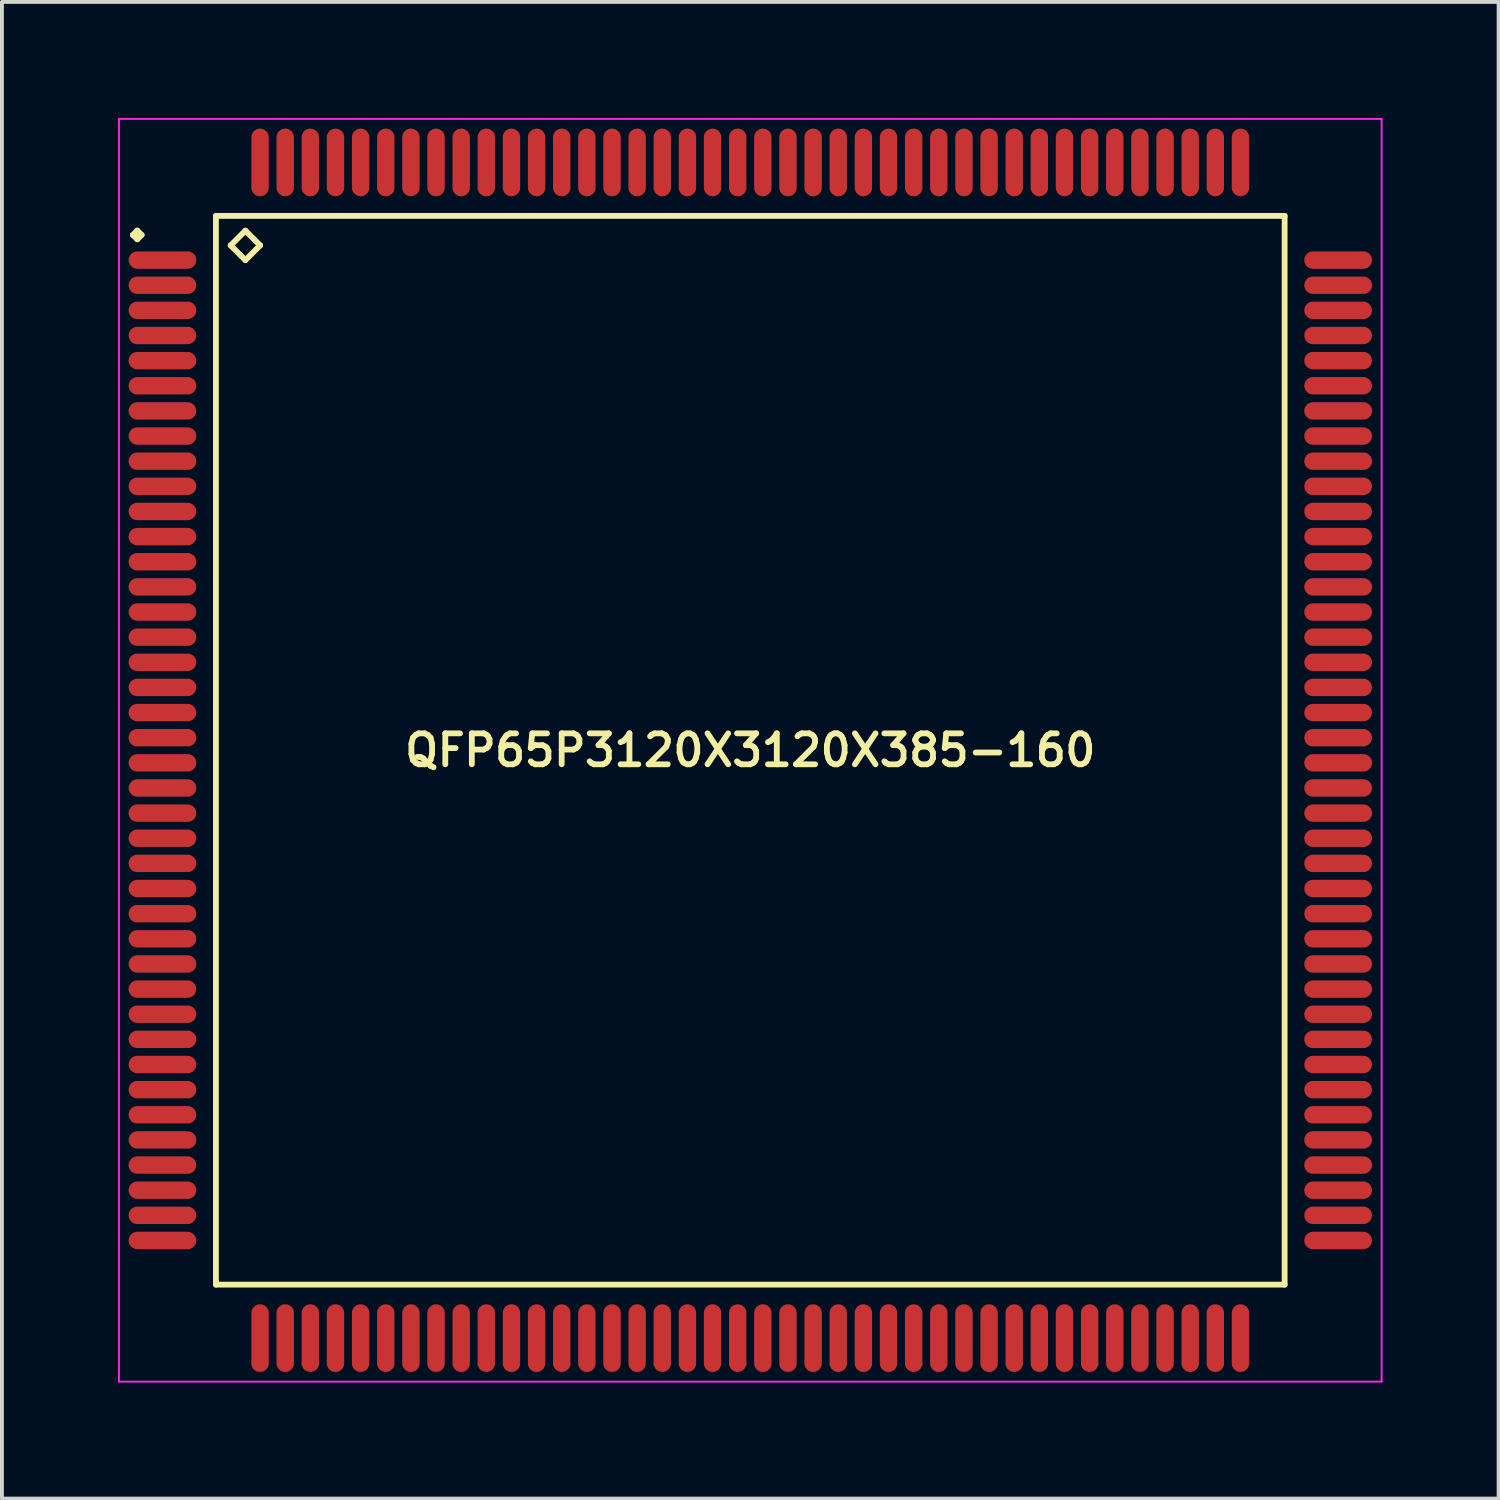
<source format=kicad_pcb>
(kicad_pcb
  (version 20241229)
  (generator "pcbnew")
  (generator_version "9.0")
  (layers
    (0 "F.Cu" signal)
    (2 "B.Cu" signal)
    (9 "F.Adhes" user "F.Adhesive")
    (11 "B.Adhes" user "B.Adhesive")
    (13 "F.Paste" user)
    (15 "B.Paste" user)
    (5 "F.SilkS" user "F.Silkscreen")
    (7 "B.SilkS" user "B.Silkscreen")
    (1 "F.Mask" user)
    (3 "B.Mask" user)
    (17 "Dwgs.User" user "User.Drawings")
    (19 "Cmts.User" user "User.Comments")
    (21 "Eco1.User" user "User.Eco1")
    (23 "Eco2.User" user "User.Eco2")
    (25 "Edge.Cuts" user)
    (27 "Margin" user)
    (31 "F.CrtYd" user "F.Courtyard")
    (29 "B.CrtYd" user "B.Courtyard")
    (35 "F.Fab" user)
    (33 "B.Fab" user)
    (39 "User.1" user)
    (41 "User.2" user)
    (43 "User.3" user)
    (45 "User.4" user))
  (footprint "QFP65P3120X3120X385-160"
    (layer "F.Cu")
    (at 16.35 16.35)
    (property "Reference" "QFP65P3120X3120X385-160" (at 0 0 0) (layer "F.SilkS") (effects (font (size 0.8 0.8) (thickness 0.15))))
    (attr smd)
    (fp_line (start -15.963 -13.325) (end -15.85 -13.438) (stroke (width 0.15) (type solid)) (layer "F.SilkS"))
    (fp_line (start -15.85 -13.438) (end -15.738 -13.325) (stroke (width 0.15) (type solid)) (layer "F.SilkS"))
    (fp_line (start -15.85 -13.213) (end -15.963 -13.325) (stroke (width 0.15) (type solid)) (layer "F.SilkS"))
    (fp_line (start -15.738 -13.325) (end -15.85 -13.213) (stroke (width 0.15) (type solid)) (layer "F.SilkS"))
    (fp_line (start -13.817 -13.817) (end -13.817 13.817) (stroke (width 0.15) (type solid)) (layer "F.SilkS"))
    (fp_line (start -13.817 13.817) (end 13.817 13.817) (stroke (width 0.15) (type solid)) (layer "F.SilkS"))
    (fp_line (start -13.436 -13.055) (end -13.055 -13.436) (stroke (width 0.15) (type solid)) (layer "F.SilkS"))
    (fp_line (start -13.055 -13.436) (end -12.674 -13.055) (stroke (width 0.15) (type solid)) (layer "F.SilkS"))
    (fp_line (start -13.055 -12.674) (end -13.436 -13.055) (stroke (width 0.15) (type solid)) (layer "F.SilkS"))
    (fp_line (start -12.674 -13.055) (end -13.055 -12.674) (stroke (width 0.15) (type solid)) (layer "F.SilkS"))
    (fp_line (start 13.817 -13.817) (end -13.817 -13.817) (stroke (width 0.15) (type solid)) (layer "F.SilkS"))
    (fp_line (start 13.817 13.817) (end 13.817 -13.817) (stroke (width 0.15) (type solid)) (layer "F.SilkS"))
    (fp_line (start -16.325 -16.325) (end 16.325 -16.325) (stroke (width 0.05) (type solid)) (layer "F.CrtYd"))
    (fp_line (start -16.325 16.325) (end -16.325 -16.325) (stroke (width 0.05) (type solid)) (layer "F.CrtYd"))
    (fp_line (start 16.325 -16.325) (end 16.325 16.325) (stroke (width 0.05) (type solid)) (layer "F.CrtYd"))
    (fp_line (start 16.325 16.325) (end -16.325 16.325) (stroke (width 0.05) (type solid)) (layer "F.CrtYd"))
    (pad "1" smd oval (at -15.2 -12.675) (size 1.75 0.45) (layers "F.Cu" "F.Mask" "F.Paste"))
    (pad "2" smd oval (at -15.2 -12.025) (size 1.75 0.45) (layers "F.Cu" "F.Mask" "F.Paste"))
    (pad "3" smd oval (at -15.2 -11.375) (size 1.75 0.45) (layers "F.Cu" "F.Mask" "F.Paste"))
    (pad "4" smd oval (at -15.2 -10.725) (size 1.75 0.45) (layers "F.Cu" "F.Mask" "F.Paste"))
    (pad "5" smd oval (at -15.2 -10.075) (size 1.75 0.45) (layers "F.Cu" "F.Mask" "F.Paste"))
    (pad "6" smd oval (at -15.2 -9.425) (size 1.75 0.45) (layers "F.Cu" "F.Mask" "F.Paste"))
    (pad "7" smd oval (at -15.2 -8.775) (size 1.75 0.45) (layers "F.Cu" "F.Mask" "F.Paste"))
    (pad "8" smd oval (at -15.2 -8.125) (size 1.75 0.45) (layers "F.Cu" "F.Mask" "F.Paste"))
    (pad "9" smd oval (at -15.2 -7.475) (size 1.75 0.45) (layers "F.Cu" "F.Mask" "F.Paste"))
    (pad "10" smd oval (at -15.2 -6.825) (size 1.75 0.45) (layers "F.Cu" "F.Mask" "F.Paste"))
    (pad "11" smd oval (at -15.2 -6.175) (size 1.75 0.45) (layers "F.Cu" "F.Mask" "F.Paste"))
    (pad "12" smd oval (at -15.2 -5.525) (size 1.75 0.45) (layers "F.Cu" "F.Mask" "F.Paste"))
    (pad "13" smd oval (at -15.2 -4.875) (size 1.75 0.45) (layers "F.Cu" "F.Mask" "F.Paste"))
    (pad "14" smd oval (at -15.2 -4.225) (size 1.75 0.45) (layers "F.Cu" "F.Mask" "F.Paste"))
    (pad "15" smd oval (at -15.2 -3.575) (size 1.75 0.45) (layers "F.Cu" "F.Mask" "F.Paste"))
    (pad "16" smd oval (at -15.2 -2.925) (size 1.75 0.45) (layers "F.Cu" "F.Mask" "F.Paste"))
    (pad "17" smd oval (at -15.2 -2.275) (size 1.75 0.45) (layers "F.Cu" "F.Mask" "F.Paste"))
    (pad "18" smd oval (at -15.2 -1.625) (size 1.75 0.45) (layers "F.Cu" "F.Mask" "F.Paste"))
    (pad "19" smd oval (at -15.2 -0.975) (size 1.75 0.45) (layers "F.Cu" "F.Mask" "F.Paste"))
    (pad "20" smd oval (at -15.2 -0.325) (size 1.75 0.45) (layers "F.Cu" "F.Mask" "F.Paste"))
    (pad "21" smd oval (at -15.2 0.325) (size 1.75 0.45) (layers "F.Cu" "F.Mask" "F.Paste"))
    (pad "22" smd oval (at -15.2 0.975) (size 1.75 0.45) (layers "F.Cu" "F.Mask" "F.Paste"))
    (pad "23" smd oval (at -15.2 1.625) (size 1.75 0.45) (layers "F.Cu" "F.Mask" "F.Paste"))
    (pad "24" smd oval (at -15.2 2.275) (size 1.75 0.45) (layers "F.Cu" "F.Mask" "F.Paste"))
    (pad "25" smd oval (at -15.2 2.925) (size 1.75 0.45) (layers "F.Cu" "F.Mask" "F.Paste"))
    (pad "26" smd oval (at -15.2 3.575) (size 1.75 0.45) (layers "F.Cu" "F.Mask" "F.Paste"))
    (pad "27" smd oval (at -15.2 4.225) (size 1.75 0.45) (layers "F.Cu" "F.Mask" "F.Paste"))
    (pad "28" smd oval (at -15.2 4.875) (size 1.75 0.45) (layers "F.Cu" "F.Mask" "F.Paste"))
    (pad "29" smd oval (at -15.2 5.525) (size 1.75 0.45) (layers "F.Cu" "F.Mask" "F.Paste"))
    (pad "30" smd oval (at -15.2 6.175) (size 1.75 0.45) (layers "F.Cu" "F.Mask" "F.Paste"))
    (pad "31" smd oval (at -15.2 6.825) (size 1.75 0.45) (layers "F.Cu" "F.Mask" "F.Paste"))
    (pad "32" smd oval (at -15.2 7.475) (size 1.75 0.45) (layers "F.Cu" "F.Mask" "F.Paste"))
    (pad "33" smd oval (at -15.2 8.125) (size 1.75 0.45) (layers "F.Cu" "F.Mask" "F.Paste"))
    (pad "34" smd oval (at -15.2 8.775) (size 1.75 0.45) (layers "F.Cu" "F.Mask" "F.Paste"))
    (pad "35" smd oval (at -15.2 9.425) (size 1.75 0.45) (layers "F.Cu" "F.Mask" "F.Paste"))
    (pad "36" smd oval (at -15.2 10.075) (size 1.75 0.45) (layers "F.Cu" "F.Mask" "F.Paste"))
    (pad "37" smd oval (at -15.2 10.725) (size 1.75 0.45) (layers "F.Cu" "F.Mask" "F.Paste"))
    (pad "38" smd oval (at -15.2 11.375) (size 1.75 0.45) (layers "F.Cu" "F.Mask" "F.Paste"))
    (pad "39" smd oval (at -15.2 12.025) (size 1.75 0.45) (layers "F.Cu" "F.Mask" "F.Paste"))
    (pad "40" smd oval (at -15.2 12.675) (size 1.75 0.45) (layers "F.Cu" "F.Mask" "F.Paste"))
    (pad "41" smd oval (at -12.675 15.2) (size 0.45 1.75) (layers "F.Cu" "F.Mask" "F.Paste"))
    (pad "42" smd oval (at -12.025 15.2) (size 0.45 1.75) (layers "F.Cu" "F.Mask" "F.Paste"))
    (pad "43" smd oval (at -11.375 15.2) (size 0.45 1.75) (layers "F.Cu" "F.Mask" "F.Paste"))
    (pad "44" smd oval (at -10.725 15.2) (size 0.45 1.75) (layers "F.Cu" "F.Mask" "F.Paste"))
    (pad "45" smd oval (at -10.075 15.2) (size 0.45 1.75) (layers "F.Cu" "F.Mask" "F.Paste"))
    (pad "46" smd oval (at -9.425 15.2) (size 0.45 1.75) (layers "F.Cu" "F.Mask" "F.Paste"))
    (pad "47" smd oval (at -8.775 15.2) (size 0.45 1.75) (layers "F.Cu" "F.Mask" "F.Paste"))
    (pad "48" smd oval (at -8.125 15.2) (size 0.45 1.75) (layers "F.Cu" "F.Mask" "F.Paste"))
    (pad "49" smd oval (at -7.475 15.2) (size 0.45 1.75) (layers "F.Cu" "F.Mask" "F.Paste"))
    (pad "50" smd oval (at -6.825 15.2) (size 0.45 1.75) (layers "F.Cu" "F.Mask" "F.Paste"))
    (pad "51" smd oval (at -6.175 15.2) (size 0.45 1.75) (layers "F.Cu" "F.Mask" "F.Paste"))
    (pad "52" smd oval (at -5.525 15.2) (size 0.45 1.75) (layers "F.Cu" "F.Mask" "F.Paste"))
    (pad "53" smd oval (at -4.875 15.2) (size 0.45 1.75) (layers "F.Cu" "F.Mask" "F.Paste"))
    (pad "54" smd oval (at -4.225 15.2) (size 0.45 1.75) (layers "F.Cu" "F.Mask" "F.Paste"))
    (pad "55" smd oval (at -3.575 15.2) (size 0.45 1.75) (layers "F.Cu" "F.Mask" "F.Paste"))
    (pad "56" smd oval (at -2.925 15.2) (size 0.45 1.75) (layers "F.Cu" "F.Mask" "F.Paste"))
    (pad "57" smd oval (at -2.275 15.2) (size 0.45 1.75) (layers "F.Cu" "F.Mask" "F.Paste"))
    (pad "58" smd oval (at -1.625 15.2) (size 0.45 1.75) (layers "F.Cu" "F.Mask" "F.Paste"))
    (pad "59" smd oval (at -0.975 15.2) (size 0.45 1.75) (layers "F.Cu" "F.Mask" "F.Paste"))
    (pad "60" smd oval (at -0.325 15.2) (size 0.45 1.75) (layers "F.Cu" "F.Mask" "F.Paste"))
    (pad "61" smd oval (at 0.325 15.2) (size 0.45 1.75) (layers "F.Cu" "F.Mask" "F.Paste"))
    (pad "62" smd oval (at 0.975 15.2) (size 0.45 1.75) (layers "F.Cu" "F.Mask" "F.Paste"))
    (pad "63" smd oval (at 1.625 15.2) (size 0.45 1.75) (layers "F.Cu" "F.Mask" "F.Paste"))
    (pad "64" smd oval (at 2.275 15.2) (size 0.45 1.75) (layers "F.Cu" "F.Mask" "F.Paste"))
    (pad "65" smd oval (at 2.925 15.2) (size 0.45 1.75) (layers "F.Cu" "F.Mask" "F.Paste"))
    (pad "66" smd oval (at 3.575 15.2) (size 0.45 1.75) (layers "F.Cu" "F.Mask" "F.Paste"))
    (pad "67" smd oval (at 4.225 15.2) (size 0.45 1.75) (layers "F.Cu" "F.Mask" "F.Paste"))
    (pad "68" smd oval (at 4.875 15.2) (size 0.45 1.75) (layers "F.Cu" "F.Mask" "F.Paste"))
    (pad "69" smd oval (at 5.525 15.2) (size 0.45 1.75) (layers "F.Cu" "F.Mask" "F.Paste"))
    (pad "70" smd oval (at 6.175 15.2) (size 0.45 1.75) (layers "F.Cu" "F.Mask" "F.Paste"))
    (pad "71" smd oval (at 6.825 15.2) (size 0.45 1.75) (layers "F.Cu" "F.Mask" "F.Paste"))
    (pad "72" smd oval (at 7.475 15.2) (size 0.45 1.75) (layers "F.Cu" "F.Mask" "F.Paste"))
    (pad "73" smd oval (at 8.125 15.2) (size 0.45 1.75) (layers "F.Cu" "F.Mask" "F.Paste"))
    (pad "74" smd oval (at 8.775 15.2) (size 0.45 1.75) (layers "F.Cu" "F.Mask" "F.Paste"))
    (pad "75" smd oval (at 9.425 15.2) (size 0.45 1.75) (layers "F.Cu" "F.Mask" "F.Paste"))
    (pad "76" smd oval (at 10.075 15.2) (size 0.45 1.75) (layers "F.Cu" "F.Mask" "F.Paste"))
    (pad "77" smd oval (at 10.725 15.2) (size 0.45 1.75) (layers "F.Cu" "F.Mask" "F.Paste"))
    (pad "78" smd oval (at 11.375 15.2) (size 0.45 1.75) (layers "F.Cu" "F.Mask" "F.Paste"))
    (pad "79" smd oval (at 12.025 15.2) (size 0.45 1.75) (layers "F.Cu" "F.Mask" "F.Paste"))
    (pad "80" smd oval (at 12.675 15.2) (size 0.45 1.75) (layers "F.Cu" "F.Mask" "F.Paste"))
    (pad "81" smd oval (at 15.2 12.675) (size 1.75 0.45) (layers "F.Cu" "F.Mask" "F.Paste"))
    (pad "82" smd oval (at 15.2 12.025) (size 1.75 0.45) (layers "F.Cu" "F.Mask" "F.Paste"))
    (pad "83" smd oval (at 15.2 11.375) (size 1.75 0.45) (layers "F.Cu" "F.Mask" "F.Paste"))
    (pad "84" smd oval (at 15.2 10.725) (size 1.75 0.45) (layers "F.Cu" "F.Mask" "F.Paste"))
    (pad "85" smd oval (at 15.2 10.075) (size 1.75 0.45) (layers "F.Cu" "F.Mask" "F.Paste"))
    (pad "86" smd oval (at 15.2 9.425) (size 1.75 0.45) (layers "F.Cu" "F.Mask" "F.Paste"))
    (pad "87" smd oval (at 15.2 8.775) (size 1.75 0.45) (layers "F.Cu" "F.Mask" "F.Paste"))
    (pad "88" smd oval (at 15.2 8.125) (size 1.75 0.45) (layers "F.Cu" "F.Mask" "F.Paste"))
    (pad "89" smd oval (at 15.2 7.475) (size 1.75 0.45) (layers "F.Cu" "F.Mask" "F.Paste"))
    (pad "90" smd oval (at 15.2 6.825) (size 1.75 0.45) (layers "F.Cu" "F.Mask" "F.Paste"))
    (pad "91" smd oval (at 15.2 6.175) (size 1.75 0.45) (layers "F.Cu" "F.Mask" "F.Paste"))
    (pad "92" smd oval (at 15.2 5.525) (size 1.75 0.45) (layers "F.Cu" "F.Mask" "F.Paste"))
    (pad "93" smd oval (at 15.2 4.875) (size 1.75 0.45) (layers "F.Cu" "F.Mask" "F.Paste"))
    (pad "94" smd oval (at 15.2 4.225) (size 1.75 0.45) (layers "F.Cu" "F.Mask" "F.Paste"))
    (pad "95" smd oval (at 15.2 3.575) (size 1.75 0.45) (layers "F.Cu" "F.Mask" "F.Paste"))
    (pad "96" smd oval (at 15.2 2.925) (size 1.75 0.45) (layers "F.Cu" "F.Mask" "F.Paste"))
    (pad "97" smd oval (at 15.2 2.275) (size 1.75 0.45) (layers "F.Cu" "F.Mask" "F.Paste"))
    (pad "98" smd oval (at 15.2 1.625) (size 1.75 0.45) (layers "F.Cu" "F.Mask" "F.Paste"))
    (pad "99" smd oval (at 15.2 0.975) (size 1.75 0.45) (layers "F.Cu" "F.Mask" "F.Paste"))
    (pad "100" smd oval (at 15.2 0.325) (size 1.75 0.45) (layers "F.Cu" "F.Mask" "F.Paste"))
    (pad "101" smd oval (at 15.2 -0.325) (size 1.75 0.45) (layers "F.Cu" "F.Mask" "F.Paste"))
    (pad "102" smd oval (at 15.2 -0.975) (size 1.75 0.45) (layers "F.Cu" "F.Mask" "F.Paste"))
    (pad "103" smd oval (at 15.2 -1.625) (size 1.75 0.45) (layers "F.Cu" "F.Mask" "F.Paste"))
    (pad "104" smd oval (at 15.2 -2.275) (size 1.75 0.45) (layers "F.Cu" "F.Mask" "F.Paste"))
    (pad "105" smd oval (at 15.2 -2.925) (size 1.75 0.45) (layers "F.Cu" "F.Mask" "F.Paste"))
    (pad "106" smd oval (at 15.2 -3.575) (size 1.75 0.45) (layers "F.Cu" "F.Mask" "F.Paste"))
    (pad "107" smd oval (at 15.2 -4.225) (size 1.75 0.45) (layers "F.Cu" "F.Mask" "F.Paste"))
    (pad "108" smd oval (at 15.2 -4.875) (size 1.75 0.45) (layers "F.Cu" "F.Mask" "F.Paste"))
    (pad "109" smd oval (at 15.2 -5.525) (size 1.75 0.45) (layers "F.Cu" "F.Mask" "F.Paste"))
    (pad "110" smd oval (at 15.2 -6.175) (size 1.75 0.45) (layers "F.Cu" "F.Mask" "F.Paste"))
    (pad "111" smd oval (at 15.2 -6.825) (size 1.75 0.45) (layers "F.Cu" "F.Mask" "F.Paste"))
    (pad "112" smd oval (at 15.2 -7.475) (size 1.75 0.45) (layers "F.Cu" "F.Mask" "F.Paste"))
    (pad "113" smd oval (at 15.2 -8.125) (size 1.75 0.45) (layers "F.Cu" "F.Mask" "F.Paste"))
    (pad "114" smd oval (at 15.2 -8.775) (size 1.75 0.45) (layers "F.Cu" "F.Mask" "F.Paste"))
    (pad "115" smd oval (at 15.2 -9.425) (size 1.75 0.45) (layers "F.Cu" "F.Mask" "F.Paste"))
    (pad "116" smd oval (at 15.2 -10.075) (size 1.75 0.45) (layers "F.Cu" "F.Mask" "F.Paste"))
    (pad "117" smd oval (at 15.2 -10.725) (size 1.75 0.45) (layers "F.Cu" "F.Mask" "F.Paste"))
    (pad "118" smd oval (at 15.2 -11.375) (size 1.75 0.45) (layers "F.Cu" "F.Mask" "F.Paste"))
    (pad "119" smd oval (at 15.2 -12.025) (size 1.75 0.45) (layers "F.Cu" "F.Mask" "F.Paste"))
    (pad "120" smd oval (at 15.2 -12.675) (size 1.75 0.45) (layers "F.Cu" "F.Mask" "F.Paste"))
    (pad "121" smd oval (at 12.675 -15.2) (size 0.45 1.75) (layers "F.Cu" "F.Mask" "F.Paste"))
    (pad "122" smd oval (at 12.025 -15.2) (size 0.45 1.75) (layers "F.Cu" "F.Mask" "F.Paste"))
    (pad "123" smd oval (at 11.375 -15.2) (size 0.45 1.75) (layers "F.Cu" "F.Mask" "F.Paste"))
    (pad "124" smd oval (at 10.725 -15.2) (size 0.45 1.75) (layers "F.Cu" "F.Mask" "F.Paste"))
    (pad "125" smd oval (at 10.075 -15.2) (size 0.45 1.75) (layers "F.Cu" "F.Mask" "F.Paste"))
    (pad "126" smd oval (at 9.425 -15.2) (size 0.45 1.75) (layers "F.Cu" "F.Mask" "F.Paste"))
    (pad "127" smd oval (at 8.775 -15.2) (size 0.45 1.75) (layers "F.Cu" "F.Mask" "F.Paste"))
    (pad "128" smd oval (at 8.125 -15.2) (size 0.45 1.75) (layers "F.Cu" "F.Mask" "F.Paste"))
    (pad "129" smd oval (at 7.475 -15.2) (size 0.45 1.75) (layers "F.Cu" "F.Mask" "F.Paste"))
    (pad "130" smd oval (at 6.825 -15.2) (size 0.45 1.75) (layers "F.Cu" "F.Mask" "F.Paste"))
    (pad "131" smd oval (at 6.175 -15.2) (size 0.45 1.75) (layers "F.Cu" "F.Mask" "F.Paste"))
    (pad "132" smd oval (at 5.525 -15.2) (size 0.45 1.75) (layers "F.Cu" "F.Mask" "F.Paste"))
    (pad "133" smd oval (at 4.875 -15.2) (size 0.45 1.75) (layers "F.Cu" "F.Mask" "F.Paste"))
    (pad "134" smd oval (at 4.225 -15.2) (size 0.45 1.75) (layers "F.Cu" "F.Mask" "F.Paste"))
    (pad "135" smd oval (at 3.575 -15.2) (size 0.45 1.75) (layers "F.Cu" "F.Mask" "F.Paste"))
    (pad "136" smd oval (at 2.925 -15.2) (size 0.45 1.75) (layers "F.Cu" "F.Mask" "F.Paste"))
    (pad "137" smd oval (at 2.275 -15.2) (size 0.45 1.75) (layers "F.Cu" "F.Mask" "F.Paste"))
    (pad "138" smd oval (at 1.625 -15.2) (size 0.45 1.75) (layers "F.Cu" "F.Mask" "F.Paste"))
    (pad "139" smd oval (at 0.975 -15.2) (size 0.45 1.75) (layers "F.Cu" "F.Mask" "F.Paste"))
    (pad "140" smd oval (at 0.325 -15.2) (size 0.45 1.75) (layers "F.Cu" "F.Mask" "F.Paste"))
    (pad "141" smd oval (at -0.325 -15.2) (size 0.45 1.75) (layers "F.Cu" "F.Mask" "F.Paste"))
    (pad "142" smd oval (at -0.975 -15.2) (size 0.45 1.75) (layers "F.Cu" "F.Mask" "F.Paste"))
    (pad "143" smd oval (at -1.625 -15.2) (size 0.45 1.75) (layers "F.Cu" "F.Mask" "F.Paste"))
    (pad "144" smd oval (at -2.275 -15.2) (size 0.45 1.75) (layers "F.Cu" "F.Mask" "F.Paste"))
    (pad "145" smd oval (at -2.925 -15.2) (size 0.45 1.75) (layers "F.Cu" "F.Mask" "F.Paste"))
    (pad "146" smd oval (at -3.575 -15.2) (size 0.45 1.75) (layers "F.Cu" "F.Mask" "F.Paste"))
    (pad "147" smd oval (at -4.225 -15.2) (size 0.45 1.75) (layers "F.Cu" "F.Mask" "F.Paste"))
    (pad "148" smd oval (at -4.875 -15.2) (size 0.45 1.75) (layers "F.Cu" "F.Mask" "F.Paste"))
    (pad "149" smd oval (at -5.525 -15.2) (size 0.45 1.75) (layers "F.Cu" "F.Mask" "F.Paste"))
    (pad "150" smd oval (at -6.175 -15.2) (size 0.45 1.75) (layers "F.Cu" "F.Mask" "F.Paste"))
    (pad "151" smd oval (at -6.825 -15.2) (size 0.45 1.75) (layers "F.Cu" "F.Mask" "F.Paste"))
    (pad "152" smd oval (at -7.475 -15.2) (size 0.45 1.75) (layers "F.Cu" "F.Mask" "F.Paste"))
    (pad "153" smd oval (at -8.125 -15.2) (size 0.45 1.75) (layers "F.Cu" "F.Mask" "F.Paste"))
    (pad "154" smd oval (at -8.775 -15.2) (size 0.45 1.75) (layers "F.Cu" "F.Mask" "F.Paste"))
    (pad "155" smd oval (at -9.425 -15.2) (size 0.45 1.75) (layers "F.Cu" "F.Mask" "F.Paste"))
    (pad "156" smd oval (at -10.075 -15.2) (size 0.45 1.75) (layers "F.Cu" "F.Mask" "F.Paste"))
    (pad "157" smd oval (at -10.725 -15.2) (size 0.45 1.75) (layers "F.Cu" "F.Mask" "F.Paste"))
    (pad "158" smd oval (at -11.375 -15.2) (size 0.45 1.75) (layers "F.Cu" "F.Mask" "F.Paste"))
    (pad "159" smd oval (at -12.025 -15.2) (size 0.45 1.75) (layers "F.Cu" "F.Mask" "F.Paste"))
    (pad "160" smd oval (at -12.675 -15.2) (size 0.45 1.75) (layers "F.Cu" "F.Mask" "F.Paste")))
  (gr_rect
    (start -3 -3)
    (end 35.7 35.7)
    (stroke (width 0.1) (type default))
    (fill no)
    (layer "Edge.Cuts")))
</source>
